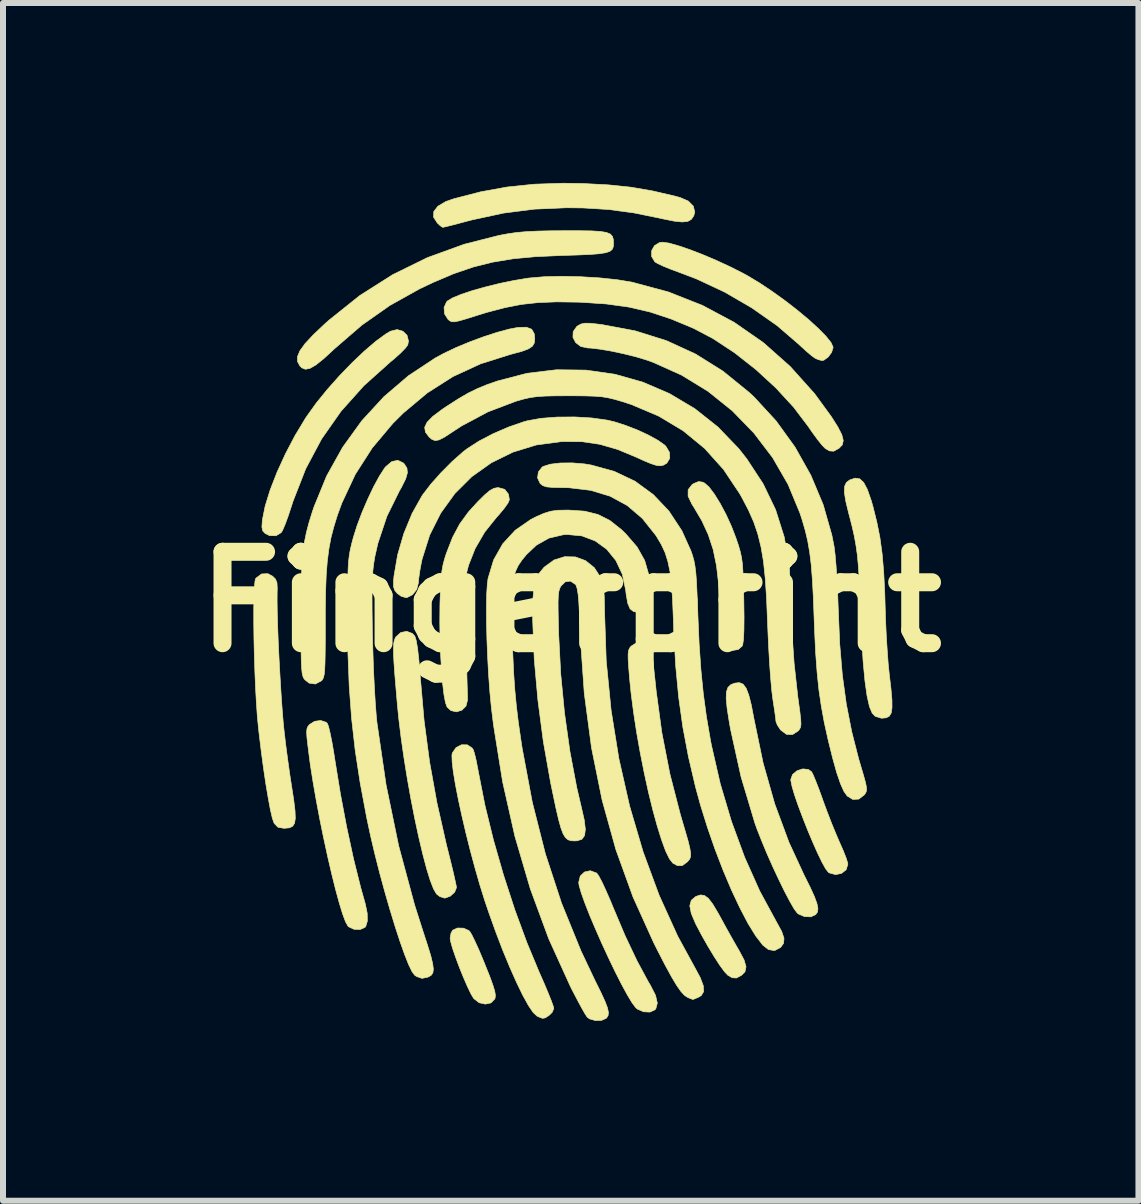
<source format=kicad_pcb>
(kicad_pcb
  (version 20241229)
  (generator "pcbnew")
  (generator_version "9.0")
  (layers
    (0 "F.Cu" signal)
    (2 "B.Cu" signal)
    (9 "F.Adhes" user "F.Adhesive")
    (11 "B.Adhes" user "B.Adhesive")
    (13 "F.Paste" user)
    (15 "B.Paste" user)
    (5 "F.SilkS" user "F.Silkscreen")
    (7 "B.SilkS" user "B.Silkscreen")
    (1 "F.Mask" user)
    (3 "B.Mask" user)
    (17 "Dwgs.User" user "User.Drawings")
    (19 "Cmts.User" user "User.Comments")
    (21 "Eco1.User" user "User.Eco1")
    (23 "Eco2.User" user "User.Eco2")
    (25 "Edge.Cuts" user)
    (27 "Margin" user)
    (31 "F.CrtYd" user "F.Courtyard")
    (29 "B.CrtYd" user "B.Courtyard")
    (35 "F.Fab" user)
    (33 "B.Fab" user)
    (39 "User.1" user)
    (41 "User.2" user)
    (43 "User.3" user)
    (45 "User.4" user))
  (footprint "Fingerprint"
    (layer "F.Cu")
    (at 6.466 6.985)
    (property "Reference" "Fingerprint" (at 0 0 0) (layer "F.SilkS") (effects (font (size 1.524 1.524) (thickness 0.3))))
    (attr through_hole)
    (fp_poly (pts (xy 2.228 4.895) (xy 2.294 4.943) (xy 2.367 5.038) (xy 2.456 5.187) (xy 2.509 5.283) (xy 2.599 5.448) (xy 2.692 5.614) (xy 2.773 5.756) (xy 2.811 5.821) (xy 2.891 5.972) (xy 2.923 6.084) (xy 2.906 6.167) (xy 2.85 6.225) (xy 2.763 6.272) (xy 2.691 6.267) (xy 2.62 6.226) (xy 2.565 6.168) (xy 2.485 6.059) (xy 2.39 5.912) (xy 2.286 5.74) (xy 2.181 5.554) (xy 2.083 5.368) (xy 2.01 5.196) (xy 1.985 5.068) (xy 2.01 4.976) (xy 2.083 4.914) (xy 2.09 4.911) (xy 2.163 4.887) (xy 2.228 4.895)) (stroke (width 0.01) (type solid)) (fill yes) (layer "F.SilkS"))
    (fp_poly (pts (xy -1.786 5.441) (xy -1.697 5.482) (xy -1.684 5.495) (xy -1.651 5.548) (xy -1.599 5.654) (xy -1.533 5.799) (xy -1.461 5.97) (xy -1.429 6.049) (xy -1.35 6.246) (xy -1.298 6.39) (xy -1.267 6.491) (xy -1.256 6.56) (xy -1.261 6.607) (xy -1.267 6.622) (xy -1.33 6.687) (xy -1.424 6.707) (xy -1.527 6.684) (xy -1.615 6.616) (xy -1.618 6.613) (xy -1.663 6.538) (xy -1.722 6.415) (xy -1.789 6.261) (xy -1.857 6.093) (xy -1.919 5.926) (xy -1.97 5.778) (xy -2.002 5.664) (xy -2.011 5.61) (xy -1.996 5.524) (xy -1.968 5.475) (xy -1.888 5.438) (xy -1.786 5.441)) (stroke (width 0.01) (type solid)) (fill yes) (layer "F.SilkS"))
    (fp_poly (pts (xy 0.429 4.521) (xy 0.435 4.524) (xy 0.468 4.571) (xy 0.521 4.671) (xy 0.587 4.813) (xy 0.661 4.982) (xy 0.701 5.08) (xy 0.905 5.563) (xy 1.103 5.981) (xy 1.293 6.334) (xy 1.327 6.39) (xy 1.414 6.56) (xy 1.444 6.691) (xy 1.419 6.784) (xy 1.404 6.802) (xy 1.321 6.84) (xy 1.214 6.835) (xy 1.112 6.79) (xy 1.083 6.765) (xy 1.022 6.684) (xy 0.941 6.549) (xy 0.845 6.372) (xy 0.739 6.163) (xy 0.629 5.934) (xy 0.518 5.694) (xy 0.413 5.455) (xy 0.317 5.229) (xy 0.237 5.025) (xy 0.176 4.854) (xy 0.14 4.729) (xy 0.133 4.678) (xy 0.159 4.572) (xy 0.23 4.504) (xy 0.326 4.483) (xy 0.429 4.521)) (stroke (width 0.01) (type solid)) (fill yes) (layer "F.SilkS"))
    (fp_poly (pts (xy 3.963 2.795) (xy 4.016 2.833) (xy 4.041 2.882) (xy 4.084 2.984) (xy 4.138 3.123) (xy 4.197 3.286) (xy 4.2 3.296) (xy 4.273 3.494) (xy 4.354 3.703) (xy 4.433 3.895) (xy 4.484 4.013) (xy 4.545 4.151) (xy 4.592 4.271) (xy 4.618 4.354) (xy 4.621 4.375) (xy 4.592 4.467) (xy 4.516 4.527) (xy 4.417 4.548) (xy 4.316 4.521) (xy 4.294 4.507) (xy 4.25 4.45) (xy 4.188 4.339) (xy 4.114 4.185) (xy 4.033 4.002) (xy 3.949 3.802) (xy 3.868 3.597) (xy 3.794 3.4) (xy 3.733 3.223) (xy 3.69 3.078) (xy 3.67 2.979) (xy 3.669 2.962) (xy 3.699 2.878) (xy 3.774 2.816) (xy 3.87 2.785) (xy 3.963 2.795)) (stroke (width 0.01) (type solid)) (fill yes) (layer "F.SilkS"))
    (fp_poly (pts (xy 2.873 1.372) (xy 2.924 1.438) (xy 2.968 1.551) (xy 3.011 1.719) (xy 3.054 1.945) (xy 3.207 2.683) (xy 3.401 3.368) (xy 3.638 4.008) (xy 3.887 4.547) (xy 3.992 4.758) (xy 4.064 4.916) (xy 4.106 5.032) (xy 4.122 5.114) (xy 4.114 5.172) (xy 4.085 5.214) (xy 4.004 5.252) (xy 3.898 5.248) (xy 3.799 5.206) (xy 3.774 5.185) (xy 3.723 5.116) (xy 3.652 4.992) (xy 3.565 4.827) (xy 3.47 4.632) (xy 3.37 4.419) (xy 3.273 4.2) (xy 3.184 3.986) (xy 3.107 3.791) (xy 3.07 3.687) (xy 2.84 2.918) (xy 2.664 2.121) (xy 2.643 2) (xy 2.608 1.778) (xy 2.592 1.615) (xy 2.596 1.501) (xy 2.622 1.426) (xy 2.67 1.38) (xy 2.736 1.355) (xy 2.812 1.347) (xy 2.873 1.372)) (stroke (width 0.01) (type solid)) (fill yes) (layer "F.SilkS"))
    (fp_poly (pts (xy 0.207 -6.975) (xy 0.626 -6.953) (xy 1.003 -6.914) (xy 1.363 -6.852) (xy 1.734 -6.766) (xy 1.826 -6.741) (xy 1.961 -6.682) (xy 2.044 -6.598) (xy 2.068 -6.499) (xy 2.052 -6.438) (xy 2.012 -6.378) (xy 1.951 -6.343) (xy 1.858 -6.334) (xy 1.723 -6.348) (xy 1.534 -6.386) (xy 1.482 -6.398) (xy 1.049 -6.486) (xy 0.633 -6.542) (xy 0.203 -6.568) (xy -0.071 -6.571) (xy -0.606 -6.548) (xy -1.12 -6.482) (xy -1.644 -6.369) (xy -1.718 -6.35) (xy -1.875 -6.308) (xy -2.006 -6.274) (xy -2.097 -6.252) (xy -2.133 -6.244) (xy -2.169 -6.266) (xy -2.223 -6.315) (xy -2.287 -6.414) (xy -2.283 -6.509) (xy -2.214 -6.597) (xy -2.082 -6.675) (xy -1.953 -6.72) (xy -1.5 -6.837) (xy -1.058 -6.917) (xy -0.606 -6.964) (xy -0.123 -6.98) (xy 0.207 -6.975)) (stroke (width 0.01) (type solid)) (fill yes) (layer "F.SilkS"))
    (fp_poly (pts (xy -4.08 2.007) (xy -4.058 2.027) (xy -4.038 2.079) (xy -4.012 2.187) (xy -3.981 2.339) (xy -3.95 2.52) (xy -3.932 2.636) (xy -3.84 3.202) (xy -3.735 3.758) (xy -3.621 4.286) (xy -3.5 4.771) (xy -3.423 5.044) (xy -3.393 5.194) (xy -3.391 5.323) (xy -3.418 5.413) (xy -3.429 5.426) (xy -3.51 5.463) (xy -3.612 5.46) (xy -3.702 5.418) (xy -3.715 5.405) (xy -3.755 5.334) (xy -3.804 5.202) (xy -3.86 5.018) (xy -3.922 4.791) (xy -3.987 4.529) (xy -4.054 4.241) (xy -4.12 3.936) (xy -4.184 3.623) (xy -4.243 3.31) (xy -4.296 3.006) (xy -4.341 2.721) (xy -4.359 2.584) (xy -4.383 2.394) (xy -4.398 2.262) (xy -4.403 2.174) (xy -4.398 2.117) (xy -4.383 2.079) (xy -4.358 2.048) (xy -4.357 2.046) (xy -4.271 1.992) (xy -4.169 1.978) (xy -4.08 2.007)) (stroke (width 0.01) (type solid)) (fill yes) (layer "F.SilkS"))
    (fp_poly (pts (xy -2.798 -4.512) (xy -2.729 -4.444) (xy -2.705 -4.348) (xy -2.717 -4.284) (xy -2.756 -4.231) (xy -2.836 -4.149) (xy -2.944 -4.052) (xy -3.004 -4.003) (xy -3.449 -3.604) (xy -3.831 -3.177) (xy -4.154 -2.716) (xy -4.419 -2.218) (xy -4.63 -1.678) (xy -4.659 -1.587) (xy -4.711 -1.43) (xy -4.761 -1.294) (xy -4.803 -1.195) (xy -4.827 -1.155) (xy -4.914 -1.102) (xy -5.021 -1.104) (xy -5.096 -1.141) (xy -5.135 -1.183) (xy -5.149 -1.247) (xy -5.142 -1.354) (xy -5.141 -1.367) (xy -5.095 -1.596) (xy -5.012 -1.865) (xy -4.897 -2.16) (xy -4.757 -2.467) (xy -4.597 -2.772) (xy -4.424 -3.059) (xy -4.393 -3.105) (xy -4.24 -3.318) (xy -4.058 -3.542) (xy -3.857 -3.768) (xy -3.647 -3.985) (xy -3.441 -4.181) (xy -3.248 -4.346) (xy -3.078 -4.47) (xy -3.004 -4.513) (xy -2.895 -4.54) (xy -2.798 -4.512)) (stroke (width 0.01) (type solid)) (fill yes) (layer "F.SilkS"))
    (fp_poly (pts (xy 1.637 -5.982) (xy 1.794 -5.938) (xy 1.988 -5.872) (xy 2.205 -5.788) (xy 2.433 -5.691) (xy 2.658 -5.587) (xy 2.868 -5.481) (xy 2.954 -5.434) (xy 3.157 -5.311) (xy 3.368 -5.17) (xy 3.579 -5.018) (xy 3.781 -4.861) (xy 3.967 -4.706) (xy 4.127 -4.56) (xy 4.254 -4.431) (xy 4.339 -4.325) (xy 4.374 -4.249) (xy 4.375 -4.242) (xy 4.35 -4.16) (xy 4.292 -4.081) (xy 4.221 -4.03) (xy 4.189 -4.023) (xy 4.124 -4.04) (xy 4.075 -4.062) (xy 4.015 -4.105) (xy 3.925 -4.182) (xy 3.821 -4.277) (xy 3.81 -4.288) (xy 3.442 -4.605) (xy 3.022 -4.9) (xy 2.57 -5.163) (xy 2.103 -5.382) (xy 1.836 -5.484) (xy 1.679 -5.542) (xy 1.543 -5.597) (xy 1.444 -5.644) (xy 1.403 -5.669) (xy 1.349 -5.758) (xy 1.349 -5.855) (xy 1.397 -5.94) (xy 1.482 -5.991) (xy 1.529 -5.997) (xy 1.637 -5.982)) (stroke (width 0.01) (type solid)) (fill yes) (layer "F.SilkS"))
    (fp_poly (pts (xy 1.289 0.73) (xy 1.347 0.827) (xy 1.354 0.858) (xy 1.363 0.918) (xy 1.377 1.035) (xy 1.394 1.194) (xy 1.414 1.381) (xy 1.426 1.495) (xy 1.519 2.18) (xy 1.654 2.872) (xy 1.826 3.538) (xy 1.839 3.584) (xy 1.906 3.811) (xy 1.955 3.98) (xy 1.985 4.103) (xy 1.999 4.187) (xy 1.999 4.245) (xy 1.985 4.286) (xy 1.959 4.32) (xy 1.944 4.336) (xy 1.86 4.398) (xy 1.781 4.399) (xy 1.702 4.356) (xy 1.646 4.285) (xy 1.582 4.153) (xy 1.514 3.967) (xy 1.442 3.736) (xy 1.368 3.467) (xy 1.295 3.169) (xy 1.225 2.849) (xy 1.159 2.516) (xy 1.099 2.178) (xy 1.048 1.844) (xy 1.006 1.52) (xy 0.983 1.293) (xy 0.967 1.099) (xy 0.958 0.963) (xy 0.957 0.872) (xy 0.964 0.813) (xy 0.98 0.773) (xy 1.005 0.741) (xy 1.098 0.681) (xy 1.199 0.679) (xy 1.289 0.73)) (stroke (width 0.01) (type solid)) (fill yes) (layer "F.SilkS"))
    (fp_poly (pts (xy 2.202 -1.995) (xy 2.232 -1.98) (xy 2.306 -1.915) (xy 2.395 -1.797) (xy 2.492 -1.64) (xy 2.59 -1.456) (xy 2.68 -1.259) (xy 2.756 -1.062) (xy 2.757 -1.058) (xy 2.797 -0.94) (xy 2.826 -0.84) (xy 2.847 -0.744) (xy 2.862 -0.638) (xy 2.871 -0.509) (xy 2.878 -0.342) (xy 2.884 -0.123) (xy 2.886 -0.031) (xy 2.89 0.253) (xy 2.888 0.469) (xy 2.881 0.622) (xy 2.868 0.713) (xy 2.86 0.736) (xy 2.793 0.795) (xy 2.699 0.81) (xy 2.604 0.781) (xy 2.565 0.749) (xy 2.543 0.712) (xy 2.526 0.648) (xy 2.512 0.548) (xy 2.502 0.402) (xy 2.492 0.199) (xy 2.488 0.08) (xy 2.467 -0.288) (xy 2.431 -0.601) (xy 2.375 -0.873) (xy 2.294 -1.119) (xy 2.186 -1.353) (xy 2.046 -1.59) (xy 2.022 -1.626) (xy 1.957 -1.761) (xy 1.958 -1.871) (xy 2.025 -1.956) (xy 2.052 -1.973) (xy 2.133 -2.006) (xy 2.202 -1.995)) (stroke (width 0.01) (type solid)) (fill yes) (layer "F.SilkS"))
    (fp_poly (pts (xy -2.642 0.526) (xy -2.599 0.573) (xy -2.576 0.645) (xy -2.553 0.781) (xy -2.531 0.977) (xy -2.511 1.226) (xy -2.509 1.246) (xy -2.445 1.979) (xy -2.353 2.672) (xy -2.23 3.354) (xy -2.072 4.052) (xy -2.044 4.162) (xy -1.997 4.352) (xy -1.956 4.52) (xy -1.926 4.655) (xy -1.908 4.741) (xy -1.905 4.765) (xy -1.935 4.841) (xy -2.008 4.907) (xy -2.095 4.939) (xy -2.105 4.939) (xy -2.183 4.914) (xy -2.238 4.871) (xy -2.287 4.787) (xy -2.343 4.643) (xy -2.404 4.445) (xy -2.468 4.202) (xy -2.534 3.923) (xy -2.6 3.616) (xy -2.664 3.289) (xy -2.724 2.952) (xy -2.779 2.611) (xy -2.827 2.277) (xy -2.866 1.957) (xy -2.889 1.729) (xy -2.915 1.427) (xy -2.935 1.187) (xy -2.948 1.001) (xy -2.955 0.861) (xy -2.955 0.758) (xy -2.95 0.685) (xy -2.939 0.634) (xy -2.922 0.595) (xy -2.913 0.582) (xy -2.833 0.511) (xy -2.734 0.492) (xy -2.642 0.526)) (stroke (width 0.01) (type solid)) (fill yes) (layer "F.SilkS"))
    (fp_poly (pts (xy -1.725 2.384) (xy -1.645 2.436) (xy -1.625 2.465) (xy -1.605 2.526) (xy -1.578 2.637) (xy -1.55 2.78) (xy -1.535 2.86) (xy -1.43 3.394) (xy -1.29 3.965) (xy -1.122 4.551) (xy -0.933 5.132) (xy -0.729 5.686) (xy -0.529 6.167) (xy -0.447 6.353) (xy -0.377 6.519) (xy -0.323 6.654) (xy -0.29 6.746) (xy -0.282 6.779) (xy -0.309 6.844) (xy -0.361 6.895) (xy -0.426 6.937) (xy -0.473 6.944) (xy -0.539 6.918) (xy -0.564 6.905) (xy -0.626 6.847) (xy -0.706 6.729) (xy -0.8 6.559) (xy -0.904 6.344) (xy -1.016 6.092) (xy -1.133 5.81) (xy -1.249 5.506) (xy -1.363 5.188) (xy -1.432 4.985) (xy -1.514 4.723) (xy -1.595 4.441) (xy -1.674 4.148) (xy -1.748 3.853) (xy -1.815 3.566) (xy -1.874 3.295) (xy -1.922 3.049) (xy -1.957 2.839) (xy -1.977 2.672) (xy -1.981 2.559) (xy -1.974 2.519) (xy -1.911 2.429) (xy -1.821 2.383) (xy -1.725 2.384)) (stroke (width 0.01) (type solid)) (fill yes) (layer "F.SilkS"))
    (fp_poly (pts (xy 4.819 -2.051) (xy 4.885 -1.99) (xy 4.946 -1.874) (xy 5.008 -1.697) (xy 5.04 -1.587) (xy 5.104 -1.33) (xy 5.155 -1.074) (xy 5.192 -0.804) (xy 5.218 -0.503) (xy 5.236 -0.157) (xy 5.242 0.053) (xy 5.25 0.308) (xy 5.262 0.571) (xy 5.278 0.821) (xy 5.294 1.04) (xy 5.311 1.205) (xy 5.34 1.451) (xy 5.356 1.635) (xy 5.357 1.767) (xy 5.343 1.855) (xy 5.311 1.907) (xy 5.26 1.933) (xy 5.189 1.94) (xy 5.18 1.94) (xy 5.076 1.908) (xy 5.026 1.855) (xy 4.981 1.747) (xy 4.941 1.569) (xy 4.906 1.321) (xy 4.876 1.004) (xy 4.852 0.619) (xy 4.834 0.194) (xy 4.822 -0.123) (xy 4.81 -0.383) (xy 4.796 -0.598) (xy 4.779 -0.78) (xy 4.756 -0.942) (xy 4.728 -1.098) (xy 4.691 -1.26) (xy 4.645 -1.44) (xy 4.635 -1.476) (xy 4.586 -1.678) (xy 4.563 -1.824) (xy 4.566 -1.925) (xy 4.597 -1.992) (xy 4.651 -2.032) (xy 4.742 -2.063) (xy 4.819 -2.051)) (stroke (width 0.01) (type solid)) (fill yes) (layer "F.SilkS"))
    (fp_poly (pts (xy 0.348 -6.185) (xy 0.495 -6.176) (xy 0.596 -6.159) (xy 0.661 -6.132) (xy 0.696 -6.093) (xy 0.711 -6.04) (xy 0.714 -5.977) (xy 0.71 -5.921) (xy 0.692 -5.877) (xy 0.652 -5.844) (xy 0.582 -5.821) (xy 0.474 -5.804) (xy 0.319 -5.792) (xy 0.11 -5.783) (xy -0.151 -5.775) (xy -0.581 -5.756) (xy -0.959 -5.721) (xy -1.301 -5.664) (xy -1.626 -5.583) (xy -1.95 -5.472) (xy -2.29 -5.328) (xy -2.522 -5.218) (xy -3.015 -4.943) (xy -3.483 -4.614) (xy -3.937 -4.222) (xy -3.953 -4.207) (xy -4.12 -4.053) (xy -4.249 -3.95) (xy -4.348 -3.893) (xy -4.424 -3.878) (xy -4.484 -3.902) (xy -4.516 -3.934) (xy -4.555 -4.006) (xy -4.556 -4.089) (xy -4.515 -4.187) (xy -4.429 -4.306) (xy -4.292 -4.453) (xy -4.103 -4.632) (xy -4.025 -4.701) (xy -3.516 -5.108) (xy -2.971 -5.454) (xy -2.391 -5.739) (xy -1.777 -5.962) (xy -1.195 -6.11) (xy -1.045 -6.138) (xy -0.898 -6.159) (xy -0.738 -6.173) (xy -0.551 -6.182) (xy -0.319 -6.187) (xy -0.116 -6.188) (xy 0.147 -6.188) (xy 0.348 -6.185)) (stroke (width 0.01) (type solid)) (fill yes) (layer "F.SilkS"))
    (fp_poly (pts (xy -4.97 -0.427) (xy -4.922 -0.379) (xy -4.898 -0.319) (xy -4.893 -0.225) (xy -4.895 -0.153) (xy -4.896 -0.016) (xy -4.893 0.178) (xy -4.886 0.416) (xy -4.876 0.684) (xy -4.862 0.97) (xy -4.846 1.259) (xy -4.829 1.539) (xy -4.811 1.796) (xy -4.793 2.016) (xy -4.779 2.152) (xy -4.752 2.382) (xy -4.718 2.638) (xy -4.683 2.887) (xy -4.656 3.061) (xy -4.619 3.301) (xy -4.597 3.481) (xy -4.592 3.609) (xy -4.605 3.693) (xy -4.638 3.743) (xy -4.693 3.768) (xy -4.771 3.775) (xy -4.786 3.775) (xy -4.88 3.759) (xy -4.938 3.7) (xy -4.951 3.678) (xy -4.977 3.599) (xy -5.009 3.46) (xy -5.044 3.27) (xy -5.083 3.039) (xy -5.122 2.777) (xy -5.16 2.493) (xy -5.196 2.197) (xy -5.207 2.099) (xy -5.226 1.901) (xy -5.242 1.669) (xy -5.256 1.413) (xy -5.267 1.142) (xy -5.276 0.866) (xy -5.282 0.594) (xy -5.285 0.337) (xy -5.285 0.104) (xy -5.281 -0.096) (xy -5.274 -0.252) (xy -5.263 -0.355) (xy -5.251 -0.393) (xy -5.156 -0.465) (xy -5.05 -0.47) (xy -4.97 -0.427)) (stroke (width 0.01) (type solid)) (fill yes) (layer "F.SilkS"))
    (fp_poly (pts (xy -1.101 -1.876) (xy -1.038 -1.795) (xy -1.023 -1.702) (xy -1.046 -1.648) (xy -1.108 -1.56) (xy -1.197 -1.453) (xy -1.237 -1.409) (xy -1.435 -1.162) (xy -1.594 -0.888) (xy -1.704 -0.609) (xy -1.731 -0.503) (xy -1.745 -0.408) (xy -1.754 -0.275) (xy -1.758 -0.099) (xy -1.758 0.129) (xy -1.753 0.416) (xy -1.748 0.617) (xy -1.741 0.87) (xy -1.734 1.104) (xy -1.729 1.309) (xy -1.724 1.474) (xy -1.721 1.588) (xy -1.72 1.637) (xy -1.747 1.739) (xy -1.816 1.807) (xy -1.906 1.834) (xy -1.998 1.813) (xy -2.062 1.753) (xy -2.089 1.678) (xy -2.114 1.544) (xy -2.136 1.36) (xy -2.154 1.138) (xy -2.169 0.889) (xy -2.179 0.623) (xy -2.183 0.351) (xy -2.181 0.084) (xy -2.18 0.019) (xy -2.172 -0.207) (xy -2.162 -0.379) (xy -2.148 -0.512) (xy -2.128 -0.624) (xy -2.099 -0.73) (xy -2.073 -0.811) (xy -1.969 -1.077) (xy -1.852 -1.297) (xy -1.706 -1.498) (xy -1.552 -1.667) (xy -1.434 -1.784) (xy -1.348 -1.856) (xy -1.28 -1.893) (xy -1.216 -1.905) (xy -1.208 -1.905) (xy -1.101 -1.876)) (stroke (width 0.01) (type solid)) (fill yes) (layer "F.SilkS"))
    (fp_poly (pts (xy 0.165 -5.421) (xy 0.481 -5.402) (xy 0.775 -5.371) (xy 1.024 -5.33) (xy 1.027 -5.329) (xy 1.629 -5.167) (xy 2.194 -4.944) (xy 2.723 -4.662) (xy 3.212 -4.322) (xy 3.66 -3.924) (xy 4.066 -3.471) (xy 4.342 -3.093) (xy 4.453 -2.918) (xy 4.52 -2.787) (xy 4.544 -2.69) (xy 4.529 -2.618) (xy 4.475 -2.562) (xy 4.472 -2.56) (xy 4.386 -2.512) (xy 4.314 -2.517) (xy 4.245 -2.557) (xy 4.194 -2.608) (xy 4.118 -2.703) (xy 4.027 -2.827) (xy 3.964 -2.919) (xy 3.718 -3.244) (xy 3.421 -3.567) (xy 3.087 -3.874) (xy 2.732 -4.153) (xy 2.372 -4.39) (xy 2.045 -4.562) (xy 1.673 -4.717) (xy 1.322 -4.833) (xy 0.969 -4.915) (xy 0.594 -4.967) (xy 0.176 -4.995) (xy 0.123 -4.997) (xy -0.233 -5.002) (xy -0.542 -4.99) (xy -0.825 -4.959) (xy -1.106 -4.904) (xy -1.404 -4.825) (xy -1.568 -4.774) (xy -1.739 -4.72) (xy -1.857 -4.686) (xy -1.933 -4.67) (xy -1.982 -4.67) (xy -2.017 -4.686) (xy -2.045 -4.709) (xy -2.103 -4.8) (xy -2.112 -4.908) (xy -2.07 -5.001) (xy -2.055 -5.017) (xy -1.968 -5.069) (xy -1.824 -5.128) (xy -1.638 -5.19) (xy -1.42 -5.251) (xy -1.186 -5.309) (xy -0.948 -5.358) (xy -0.719 -5.396) (xy -0.688 -5.4) (xy -0.442 -5.421) (xy -0.15 -5.428) (xy 0.165 -5.421)) (stroke (width 0.01) (type solid)) (fill yes) (layer "F.SilkS"))
    (fp_poly (pts (xy 0.352 -3.066) (xy 0.608 -3.03) (xy 0.721 -3.004) (xy 0.915 -2.942) (xy 1.113 -2.865) (xy 1.299 -2.779) (xy 1.456 -2.692) (xy 1.566 -2.614) (xy 1.586 -2.594) (xy 1.646 -2.494) (xy 1.651 -2.393) (xy 1.602 -2.312) (xy 1.545 -2.279) (xy 1.492 -2.268) (xy 1.426 -2.276) (xy 1.334 -2.306) (xy 1.201 -2.362) (xy 1.104 -2.407) (xy 0.782 -2.541) (xy 0.485 -2.627) (xy 0.192 -2.67) (xy -0.12 -2.673) (xy -0.156 -2.672) (xy -0.573 -2.616) (xy -0.964 -2.496) (xy -1.324 -2.319) (xy -1.649 -2.088) (xy -1.931 -1.807) (xy -2.167 -1.481) (xy -2.351 -1.115) (xy -2.478 -0.713) (xy -2.489 -0.663) (xy -2.515 -0.523) (xy -2.533 -0.397) (xy -2.54 -0.315) (xy -2.567 -0.208) (xy -2.636 -0.12) (xy -2.726 -0.073) (xy -2.752 -0.071) (xy -2.828 -0.094) (xy -2.896 -0.144) (xy -2.936 -0.194) (xy -2.955 -0.254) (xy -2.955 -0.345) (xy -2.946 -0.435) (xy -2.886 -0.784) (xy -2.783 -1.138) (xy -2.645 -1.473) (xy -2.481 -1.766) (xy -2.466 -1.788) (xy -2.332 -1.963) (xy -2.162 -2.154) (xy -1.976 -2.341) (xy -1.796 -2.5) (xy -1.733 -2.549) (xy -1.534 -2.678) (xy -1.291 -2.805) (xy -1.031 -2.917) (xy -0.782 -3.003) (xy -0.723 -3.019) (xy -0.496 -3.06) (xy -0.224 -3.081) (xy 0.066 -3.083) (xy 0.352 -3.066)) (stroke (width 0.01) (type solid)) (fill yes) (layer "F.SilkS"))
    (fp_poly (pts (xy -0.65 -4.545) (xy -0.607 -4.468) (xy -0.6 -4.389) (xy -0.607 -4.317) (xy -0.638 -4.263) (xy -0.703 -4.219) (xy -0.814 -4.177) (xy -0.981 -4.132) (xy -1.008 -4.125) (xy -1.505 -3.968) (xy -1.964 -3.756) (xy -2.391 -3.484) (xy -2.791 -3.149) (xy -2.967 -2.974) (xy -3.31 -2.566) (xy -3.592 -2.126) (xy -3.816 -1.648) (xy -3.893 -1.437) (xy -3.951 -1.248) (xy -3.998 -1.067) (xy -4.033 -0.879) (xy -4.059 -0.675) (xy -4.077 -0.442) (xy -4.087 -0.168) (xy -4.092 0.158) (xy -4.092 0.356) (xy -4.092 0.634) (xy -4.094 0.849) (xy -4.097 1.011) (xy -4.102 1.128) (xy -4.11 1.209) (xy -4.122 1.261) (xy -4.137 1.295) (xy -4.157 1.317) (xy -4.258 1.37) (xy -4.362 1.355) (xy -4.431 1.301) (xy -4.451 1.275) (xy -4.466 1.241) (xy -4.478 1.19) (xy -4.486 1.113) (xy -4.492 1.003) (xy -4.495 0.851) (xy -4.497 0.649) (xy -4.498 0.389) (xy -4.498 0.252) (xy -4.497 -0.09) (xy -4.492 -0.374) (xy -4.482 -0.611) (xy -4.465 -0.812) (xy -4.441 -0.991) (xy -4.407 -1.158) (xy -4.363 -1.325) (xy -4.307 -1.505) (xy -4.279 -1.587) (xy -4.07 -2.098) (xy -3.803 -2.577) (xy -3.483 -3.02) (xy -3.115 -3.42) (xy -2.706 -3.77) (xy -2.26 -4.065) (xy -2.112 -4.145) (xy -1.914 -4.239) (xy -1.688 -4.333) (xy -1.453 -4.42) (xy -1.226 -4.494) (xy -1.026 -4.548) (xy -0.882 -4.575) (xy -0.739 -4.579) (xy -0.65 -4.545)) (stroke (width 0.01) (type solid)) (fill yes) (layer "F.SilkS"))
    (fp_poly (pts (xy -2.789 -2.314) (xy -2.775 -2.299) (xy -2.731 -2.231) (xy -2.723 -2.152) (xy -2.752 -2.05) (xy -2.822 -1.91) (xy -2.858 -1.847) (xy -3.065 -1.427) (xy -3.215 -0.978) (xy -3.265 -0.758) (xy -3.283 -0.65) (xy -3.297 -0.539) (xy -3.306 -0.415) (xy -3.311 -0.265) (xy -3.313 -0.081) (xy -3.312 0.149) (xy -3.308 0.436) (xy -3.306 0.547) (xy -3.298 0.839) (xy -3.288 1.135) (xy -3.274 1.419) (xy -3.259 1.675) (xy -3.243 1.888) (xy -3.231 2.011) (xy -3.079 3.05) (xy -2.869 4.067) (xy -2.604 5.051) (xy -2.468 5.478) (xy -2.39 5.717) (xy -2.334 5.899) (xy -2.302 6.032) (xy -2.29 6.125) (xy -2.299 6.187) (xy -2.327 6.227) (xy -2.374 6.254) (xy -2.383 6.258) (xy -2.48 6.278) (xy -2.569 6.247) (xy -2.601 6.226) (xy -2.645 6.167) (xy -2.703 6.048) (xy -2.771 5.876) (xy -2.847 5.661) (xy -2.929 5.41) (xy -3.014 5.132) (xy -3.1 4.834) (xy -3.184 4.527) (xy -3.263 4.216) (xy -3.335 3.912) (xy -3.397 3.622) (xy -3.402 3.598) (xy -3.51 3.022) (xy -3.593 2.48) (xy -3.653 1.95) (xy -3.693 1.412) (xy -3.715 0.845) (xy -3.72 0.3) (xy -3.72 0.003) (xy -3.719 -0.233) (xy -3.716 -0.42) (xy -3.711 -0.567) (xy -3.703 -0.684) (xy -3.691 -0.782) (xy -3.675 -0.871) (xy -3.654 -0.962) (xy -3.627 -1.064) (xy -3.624 -1.075) (xy -3.562 -1.272) (xy -3.48 -1.49) (xy -3.385 -1.711) (xy -3.286 -1.92) (xy -3.189 -2.098) (xy -3.104 -2.23) (xy -3.085 -2.253) (xy -2.983 -2.339) (xy -2.882 -2.36) (xy -2.789 -2.314)) (stroke (width 0.01) (type solid)) (fill yes) (layer "F.SilkS"))
    (fp_poly (pts (xy 0.23 -2.3) (xy 0.344 -2.281) (xy 0.727 -2.175) (xy 1.072 -2.011) (xy 1.376 -1.789) (xy 1.637 -1.514) (xy 1.853 -1.186) (xy 2.004 -0.851) (xy 2.032 -0.77) (xy 2.054 -0.691) (xy 2.071 -0.602) (xy 2.085 -0.493) (xy 2.096 -0.352) (xy 2.105 -0.167) (xy 2.115 0.07) (xy 2.12 0.215) (xy 2.141 0.701) (xy 2.171 1.135) (xy 2.211 1.534) (xy 2.263 1.917) (xy 2.329 2.301) (xy 2.347 2.395) (xy 2.493 3.032) (xy 2.679 3.658) (xy 2.9 4.259) (xy 3.151 4.821) (xy 3.427 5.33) (xy 3.436 5.346) (xy 3.519 5.498) (xy 3.556 5.61) (xy 3.549 5.694) (xy 3.5 5.761) (xy 3.499 5.762) (xy 3.399 5.815) (xy 3.297 5.798) (xy 3.203 5.724) (xy 3.086 5.573) (xy 2.956 5.362) (xy 2.82 5.102) (xy 2.679 4.802) (xy 2.539 4.471) (xy 2.404 4.119) (xy 2.278 3.756) (xy 2.164 3.39) (xy 2.081 3.087) (xy 1.963 2.583) (xy 1.87 2.091) (xy 1.8 1.591) (xy 1.75 1.065) (xy 1.718 0.495) (xy 1.711 0.282) (xy 1.698 -0.034) (xy 1.681 -0.291) (xy 1.656 -0.5) (xy 1.62 -0.673) (xy 1.573 -0.822) (xy 1.51 -0.957) (xy 1.43 -1.091) (xy 1.414 -1.115) (xy 1.194 -1.391) (xy 0.942 -1.606) (xy 0.655 -1.762) (xy 0.33 -1.86) (xy -0.038 -1.903) (xy -0.151 -1.905) (xy -0.304 -1.908) (xy -0.403 -1.917) (xy -0.465 -1.938) (xy -0.508 -1.972) (xy -0.51 -1.974) (xy -0.553 -2.067) (xy -0.539 -2.167) (xy -0.475 -2.248) (xy -0.458 -2.258) (xy -0.341 -2.295) (xy -0.175 -2.315) (xy 0.022 -2.317) (xy 0.23 -2.3)) (stroke (width 0.01) (type solid)) (fill yes) (layer "F.SilkS"))
    (fp_poly (pts (xy 0.322 -4.645) (xy 0.454 -4.631) (xy 0.519 -4.623) (xy 1.077 -4.518) (xy 1.596 -4.355) (xy 2.082 -4.132) (xy 2.539 -3.846) (xy 2.971 -3.495) (xy 3.065 -3.407) (xy 3.425 -3.016) (xy 3.74 -2.58) (xy 4.004 -2.11) (xy 4.21 -1.618) (xy 4.354 -1.113) (xy 4.392 -0.919) (xy 4.408 -0.789) (xy 4.424 -0.605) (xy 4.439 -0.383) (xy 4.451 -0.141) (xy 4.46 0.105) (xy 4.461 0.127) (xy 4.485 0.701) (xy 4.529 1.221) (xy 4.595 1.704) (xy 4.685 2.164) (xy 4.801 2.618) (xy 4.833 2.727) (xy 4.884 2.9) (xy 4.917 3.019) (xy 4.932 3.098) (xy 4.932 3.149) (xy 4.918 3.185) (xy 4.895 3.218) (xy 4.803 3.289) (xy 4.702 3.294) (xy 4.61 3.237) (xy 4.555 3.16) (xy 4.498 3.032) (xy 4.435 2.848) (xy 4.367 2.604) (xy 4.29 2.294) (xy 4.289 2.288) (xy 4.227 2.008) (xy 4.178 1.739) (xy 4.138 1.467) (xy 4.108 1.176) (xy 4.084 0.853) (xy 4.066 0.481) (xy 4.058 0.265) (xy 4.045 -0.084) (xy 4.029 -0.374) (xy 4.01 -0.618) (xy 3.984 -0.827) (xy 3.952 -1.014) (xy 3.91 -1.191) (xy 3.858 -1.37) (xy 3.821 -1.482) (xy 3.624 -1.958) (xy 3.366 -2.405) (xy 3.053 -2.816) (xy 2.692 -3.187) (xy 2.288 -3.511) (xy 1.847 -3.781) (xy 1.375 -3.993) (xy 1.254 -4.036) (xy 1.08 -4.088) (xy 0.881 -4.137) (xy 0.676 -4.181) (xy 0.487 -4.213) (xy 0.336 -4.231) (xy 0.285 -4.233) (xy 0.167 -4.258) (xy 0.082 -4.323) (xy 0.037 -4.411) (xy 0.041 -4.505) (xy 0.1 -4.59) (xy 0.123 -4.606) (xy 0.174 -4.633) (xy 0.234 -4.646) (xy 0.322 -4.645)) (stroke (width 0.01) (type solid)) (fill yes) (layer "F.SilkS"))
    (fp_poly (pts (xy 0.078 -0.749) (xy 0.247 -0.687) (xy 0.392 -0.571) (xy 0.498 -0.408) (xy 0.528 -0.326) (xy 0.548 -0.226) (xy 0.559 -0.092) (xy 0.563 0.091) (xy 0.564 0.159) (xy 0.592 0.983) (xy 0.673 1.805) (xy 0.803 2.615) (xy 0.982 3.405) (xy 1.206 4.166) (xy 1.474 4.892) (xy 1.783 5.573) (xy 2.063 6.086) (xy 2.16 6.266) (xy 2.211 6.402) (xy 2.216 6.499) (xy 2.176 6.565) (xy 2.133 6.591) (xy 2.065 6.62) (xy 2.036 6.63) (xy 2.002 6.617) (xy 1.95 6.596) (xy 1.898 6.562) (xy 1.838 6.497) (xy 1.765 6.393) (xy 1.677 6.245) (xy 1.569 6.047) (xy 1.438 5.792) (xy 1.381 5.678) (xy 1.039 4.922) (xy 0.753 4.131) (xy 0.523 3.303) (xy 0.347 2.435) (xy 0.226 1.525) (xy 0.159 0.572) (xy 0.154 0.441) (xy 0.145 0.193) (xy 0.135 0.006) (xy 0.123 -0.128) (xy 0.108 -0.217) (xy 0.091 -0.272) (xy 0.078 -0.291) (xy -0.005 -0.346) (xy -0.091 -0.334) (xy -0.163 -0.263) (xy -0.183 -0.225) (xy -0.198 -0.175) (xy -0.207 -0.103) (xy -0.211 0.002) (xy -0.21 0.149) (xy -0.206 0.349) (xy -0.201 0.54) (xy -0.167 1.199) (xy -0.103 1.858) (xy -0.013 2.497) (xy 0.101 3.099) (xy 0.178 3.428) (xy 0.226 3.639) (xy 0.244 3.793) (xy 0.231 3.897) (xy 0.186 3.959) (xy 0.106 3.984) (xy 0.066 3.986) (xy 0.005 3.983) (xy -0.045 3.967) (xy -0.088 3.931) (xy -0.126 3.869) (xy -0.163 3.771) (xy -0.202 3.631) (xy -0.246 3.442) (xy -0.298 3.195) (xy -0.335 3.016) (xy -0.456 2.334) (xy -0.547 1.641) (xy -0.608 0.959) (xy -0.634 0.311) (xy -0.634 0.176) (xy -0.63 -0.057) (xy -0.612 -0.234) (xy -0.579 -0.369) (xy -0.526 -0.477) (xy -0.449 -0.571) (xy -0.439 -0.581) (xy -0.278 -0.698) (xy -0.102 -0.753) (xy 0.078 -0.749)) (stroke (width 0.01) (type solid)) (fill yes) (layer "F.SilkS"))
    (fp_poly (pts (xy -0.035 -1.53) (xy 0.231 -1.512) (xy 0.454 -1.457) (xy 0.652 -1.357) (xy 0.847 -1.203) (xy 0.92 -1.132) (xy 1.107 -0.915) (xy 1.233 -0.69) (xy 1.306 -0.438) (xy 1.332 -0.239) (xy 1.332 -0.05) (xy 1.298 0.081) (xy 1.229 0.155) (xy 1.132 0.176) (xy 1.049 0.163) (xy 0.99 0.117) (xy 0.951 0.025) (xy 0.925 -0.121) (xy 0.917 -0.192) (xy 0.861 -0.459) (xy 0.753 -0.689) (xy 0.6 -0.877) (xy 0.408 -1.016) (xy 0.185 -1.1) (xy -0.063 -1.123) (xy -0.128 -1.118) (xy -0.363 -1.063) (xy -0.571 -0.946) (xy -0.735 -0.792) (xy -0.814 -0.696) (xy -0.876 -0.604) (xy -0.922 -0.504) (xy -0.954 -0.388) (xy -0.973 -0.244) (xy -0.983 -0.063) (xy -0.984 0.166) (xy -0.979 0.452) (xy -0.977 0.528) (xy -0.965 0.886) (xy -0.951 1.193) (xy -0.932 1.468) (xy -0.907 1.729) (xy -0.875 1.996) (xy -0.833 2.288) (xy -0.811 2.434) (xy -0.641 3.34) (xy -0.423 4.2) (xy -0.153 5.024) (xy 0.171 5.82) (xy 0.403 6.31) (xy 0.503 6.512) (xy 0.572 6.662) (xy 0.613 6.77) (xy 0.629 6.846) (xy 0.623 6.898) (xy 0.598 6.938) (xy 0.593 6.943) (xy 0.515 6.978) (xy 0.41 6.981) (xy 0.313 6.953) (xy 0.274 6.923) (xy 0.239 6.87) (xy 0.18 6.767) (xy 0.105 6.627) (xy 0.02 6.464) (xy -0.01 6.403) (xy -0.367 5.617) (xy -0.674 4.784) (xy -0.931 3.909) (xy -1.136 2.998) (xy -1.287 2.056) (xy -1.323 1.764) (xy -1.348 1.504) (xy -1.369 1.22) (xy -1.385 0.925) (xy -1.397 0.629) (xy -1.404 0.347) (xy -1.405 0.089) (xy -1.401 -0.132) (xy -1.39 -0.304) (xy -1.378 -0.392) (xy -1.285 -0.7) (xy -1.133 -0.968) (xy -0.926 -1.193) (xy -0.665 -1.374) (xy -0.571 -1.422) (xy -0.441 -1.478) (xy -0.332 -1.511) (xy -0.216 -1.527) (xy -0.063 -1.53) (xy -0.035 -1.53)) (stroke (width 0.01) (type solid)) (fill yes) (layer "F.SilkS"))
    (fp_poly (pts (xy 0.254 -3.864) (xy 0.736 -3.795) (xy 1.203 -3.663) (xy 1.649 -3.471) (xy 2.069 -3.221) (xy 2.455 -2.915) (xy 2.801 -2.555) (xy 2.937 -2.382) (xy 3.209 -1.967) (xy 3.416 -1.536) (xy 3.56 -1.081) (xy 3.644 -0.597) (xy 3.67 -0.111) (xy 3.685 0.447) (xy 3.725 1.027) (xy 3.787 1.588) (xy 3.797 1.658) (xy 3.821 1.837) (xy 3.835 1.959) (xy 3.839 2.039) (xy 3.832 2.091) (xy 3.814 2.126) (xy 3.793 2.152) (xy 3.698 2.213) (xy 3.597 2.209) (xy 3.502 2.138) (xy 3.495 2.13) (xy 3.445 2.054) (xy 3.422 1.996) (xy 3.422 1.994) (xy 3.417 1.943) (xy 3.403 1.839) (xy 3.382 1.7) (xy 3.367 1.602) (xy 3.351 1.468) (xy 3.334 1.279) (xy 3.317 1.047) (xy 3.302 0.788) (xy 3.289 0.516) (xy 3.281 0.318) (xy 3.265 -0.069) (xy 3.243 -0.395) (xy 3.214 -0.674) (xy 3.173 -0.915) (xy 3.12 -1.13) (xy 3.052 -1.33) (xy 2.965 -1.527) (xy 2.859 -1.73) (xy 2.818 -1.803) (xy 2.548 -2.207) (xy 2.234 -2.557) (xy 1.874 -2.853) (xy 1.467 -3.097) (xy 1.012 -3.29) (xy 0.864 -3.338) (xy 0.739 -3.375) (xy 0.63 -3.401) (xy 0.522 -3.419) (xy 0.397 -3.429) (xy 0.24 -3.434) (xy 0.033 -3.436) (xy -0.035 -3.436) (xy -0.259 -3.435) (xy -0.429 -3.431) (xy -0.561 -3.422) (xy -0.672 -3.407) (xy -0.779 -3.383) (xy -0.897 -3.35) (xy -0.927 -3.34) (xy -1.382 -3.167) (xy -1.819 -2.934) (xy -1.97 -2.835) (xy -2.104 -2.747) (xy -2.196 -2.7) (xy -2.263 -2.689) (xy -2.318 -2.711) (xy -2.364 -2.752) (xy -2.423 -2.831) (xy -2.435 -2.91) (xy -2.395 -2.995) (xy -2.3 -3.092) (xy -2.145 -3.208) (xy -2.073 -3.257) (xy -1.875 -3.384) (xy -1.711 -3.48) (xy -1.558 -3.555) (xy -1.394 -3.622) (xy -1.219 -3.683) (xy -0.729 -3.811) (xy -0.237 -3.87) (xy 0.254 -3.864)) (stroke (width 0.01) (type solid)) (fill yes) (layer "F.SilkS")))
  (gr_rect
    (start -3 -3)
    (end 15.932 16.971)
    (stroke (width 0.1) (type default))
    (fill no)
    (layer "Edge.Cuts")))
</source>
